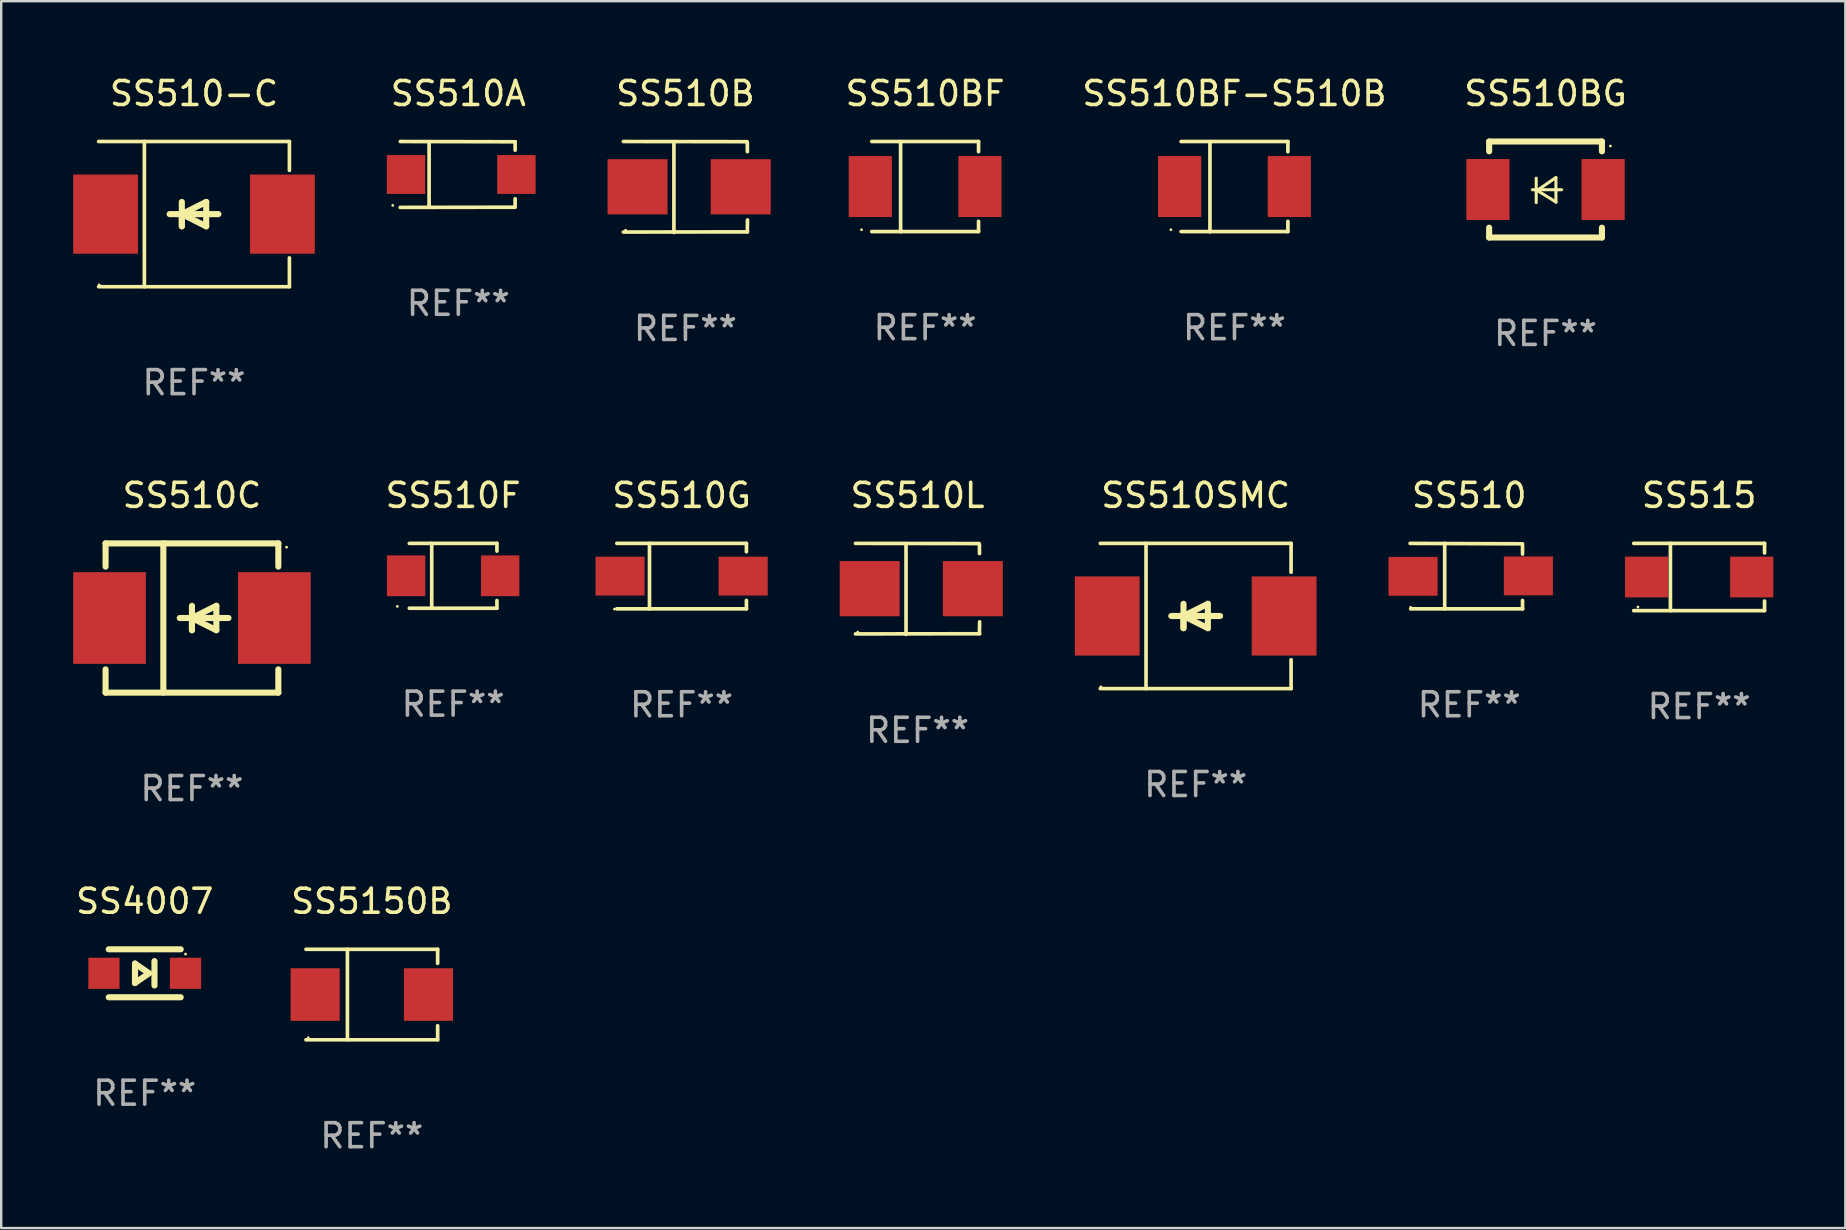
<source format=kicad_pcb>
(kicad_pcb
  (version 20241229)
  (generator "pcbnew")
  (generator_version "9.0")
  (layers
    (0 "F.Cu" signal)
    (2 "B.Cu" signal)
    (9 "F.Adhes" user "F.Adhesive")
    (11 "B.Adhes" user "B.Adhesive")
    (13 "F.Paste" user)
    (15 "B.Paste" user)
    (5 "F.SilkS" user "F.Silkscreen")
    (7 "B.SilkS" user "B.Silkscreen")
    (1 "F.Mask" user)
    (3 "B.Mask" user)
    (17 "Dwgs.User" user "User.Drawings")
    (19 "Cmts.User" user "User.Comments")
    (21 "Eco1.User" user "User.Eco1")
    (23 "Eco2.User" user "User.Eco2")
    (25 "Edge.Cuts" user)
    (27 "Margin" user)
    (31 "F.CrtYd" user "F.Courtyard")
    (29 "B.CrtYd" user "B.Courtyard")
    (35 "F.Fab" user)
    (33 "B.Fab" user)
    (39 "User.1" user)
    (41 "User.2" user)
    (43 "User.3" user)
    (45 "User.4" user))
  (footprint "SS510C"
    (layer "F.Cu")
    (at 4.95 22.707)
    (property "Reference" "SS510C" (at 0 -5.11 0) (layer "F.SilkS") (effects (font (size 1 1) (thickness 0.15))))
    (attr through_hole)
    (fp_line (start -3.6 -3.11) (end -3.6 -2.141) (stroke (width 0.254) (type solid)) (layer "F.SilkS"))
    (fp_line (start -3.6 -3.11) (end 3.6 -3.11) (stroke (width 0.254) (type solid)) (layer "F.SilkS"))
    (fp_line (start -3.6 2.141) (end -3.6 3.11) (stroke (width 0.254) (type solid)) (layer "F.SilkS"))
    (fp_line (start -3.6 3.11) (end 3.6 3.11) (stroke (width 0.254) (type solid)) (layer "F.SilkS"))
    (fp_line (start -1.192 -3.11) (end -1.192 3.11) (stroke (width 0.254) (type solid)) (layer "F.SilkS"))
    (fp_line (start 0 0) (end 0 0.508) (stroke (width 0.254) (type solid)) (layer "F.SilkS"))
    (fp_line (start 0 0) (end 1.016 0.508) (stroke (width 0.254) (type solid)) (layer "F.SilkS"))
    (fp_line (start 0 0.508) (end 0 -0.508) (stroke (width 0.254) (type solid)) (layer "F.SilkS"))
    (fp_line (start 1.016 -0.508) (end 0 0) (stroke (width 0.254) (type solid)) (layer "F.SilkS"))
    (fp_line (start 1.016 0.508) (end 1.016 -0.508) (stroke (width 0.254) (type solid)) (layer "F.SilkS"))
    (fp_line (start 1.524 0) (end -0.508 0) (stroke (width 0.254) (type solid)) (layer "F.SilkS"))
    (fp_line (start 3.6 -3.11) (end 3.6 -2.141) (stroke (width 0.254) (type solid)) (layer "F.SilkS"))
    (fp_line (start 3.6 2.141) (end 3.6 3.11) (stroke (width 0.254) (type solid)) (layer "F.SilkS"))
    (fp_circle (center 3.943 -2.952) (end 3.973 -2.952) (stroke (width 0.06) (type solid)) (fill no) (layer "F.SilkS"))
    (fp_text user "REF**" (at 0 7.11 0) (layer "F.Fab") (effects (font (size 1 1) (thickness 0.15))))
    (pad "1" smd rect (at 3.435 0 180) (size 3.03 3.82) (layers "F.Cu" "F.Mask" "F.Paste"))
    (pad "2" smd rect (at -3.435 0 180) (size 3.03 3.82) (layers "F.Cu" "F.Mask" "F.Paste")))
  (footprint "SS4007"
    (layer "F.Cu")
    (at 2.982 37.514)
    (property "Reference" "SS4007" (at 0 -3 0) (layer "F.SilkS") (effects (font (size 1 1) (thickness 0.15))))
    (attr through_hole)
    (fp_line (start -1.5 -1) (end 1.5 -1) (stroke (width 0.254) (type solid)) (layer "F.SilkS"))
    (fp_line (start -0.406 -0.406) (end 0.178 0) (stroke (width 0.254) (type solid)) (layer "F.SilkS"))
    (fp_line (start -0.406 0.406) (end -0.406 -0.406) (stroke (width 0.254) (type solid)) (layer "F.SilkS"))
    (fp_line (start 0.178 0) (end -0.406 0.406) (stroke (width 0.254) (type solid)) (layer "F.SilkS"))
    (fp_line (start 0.406 0.508) (end 0.406 -0.508) (stroke (width 0.254) (type solid)) (layer "F.SilkS"))
    (fp_line (start 1.5 1) (end -1.5 1) (stroke (width 0.254) (type solid)) (layer "F.SilkS"))
    (fp_circle (center 1.7 -0.8) (end 1.73 -0.8) (stroke (width 0.06) (type solid)) (fill no) (layer "F.SilkS"))
    (fp_text user "REF**" (at 0 5 0) (layer "F.Fab") (effects (font (size 1 1) (thickness 0.15))))
    (pad "1" smd rect (at 1.7 0 180) (size 1.3 1.3) (layers "F.Cu" "F.Mask" "F.Paste"))
    (pad "2" smd rect (at -1.7 0 180) (size 1.3 1.3) (layers "F.Cu" "F.Mask" "F.Paste")))
  (footprint "SS5150B"
    (layer "F.Cu")
    (at 12.446 38.4)
    (property "Reference" "SS5150B" (at 0 -3.886 0) (layer "F.SilkS") (effects (font (size 1 1) (thickness 0.15))))
    (attr through_hole)
    (fp_line (start -2.744 -1.886) (end 2.744 -1.886) (stroke (width 0.152) (type solid)) (layer "F.SilkS"))
    (fp_line (start -2.744 1.886) (end 2.744 1.886) (stroke (width 0.152) (type solid)) (layer "F.SilkS"))
    (fp_line (start -1.016 -1.886) (end -1.016 1.886) (stroke (width 0.152) (type solid)) (layer "F.SilkS"))
    (fp_line (start 2.744 -1.886) (end 2.744 -1.299) (stroke (width 0.152) (type solid)) (layer "F.SilkS"))
    (fp_line (start 2.744 1.886) (end 2.744 1.299) (stroke (width 0.152) (type solid)) (layer "F.SilkS"))
    (fp_circle (center -2.65 1.8) (end -2.62 1.8) (stroke (width 0.06) (type solid)) (fill no) (layer "F.SilkS"))
    (fp_text user "REF**" (at 0 5.886 0) (layer "F.Fab") (effects (font (size 1 1) (thickness 0.15))))
    (pad "1" smd rect (at -2.361 0) (size 2.047 2.192) (layers "F.Cu" "F.Mask" "F.Paste"))
    (pad "2" smd rect (at 2.361 0) (size 2.047 2.192) (layers "F.Cu" "F.Mask" "F.Paste")))
  (footprint "SS510F"
    (layer "F.Cu")
    (at 15.835 20.948)
    (property "Reference" "SS510F" (at 0 -3.351 0) (layer "F.SilkS") (effects (font (size 1 1) (thickness 0.15))))
    (attr through_hole)
    (fp_line (start -1.826 -1.351) (end 1.826 -1.351) (stroke (width 0.152) (type solid)) (layer "F.SilkS"))
    (fp_line (start -1.826 1.351) (end 1.826 1.351) (stroke (width 0.152) (type solid)) (layer "F.SilkS"))
    (fp_line (start -0.892 -1.351) (end -0.892 1.351) (stroke (width 0.152) (type solid)) (layer "F.SilkS"))
    (fp_line (start 1.826 -1.351) (end 1.826 -1.03) (stroke (width 0.152) (type solid)) (layer "F.SilkS"))
    (fp_line (start 1.826 1.03) (end 1.826 1.351) (stroke (width 0.152) (type solid)) (layer "F.SilkS"))
    (fp_circle (center -2.325 1.275) (end -2.295 1.275) (stroke (width 0.06) (type solid)) (fill no) (layer "F.SilkS"))
    (fp_text user "REF**" (at 0 5.351 0) (layer "F.Fab") (effects (font (size 1 1) (thickness 0.15))))
    (pad "1" smd rect (at -1.96 0 180) (size 1.6 1.7) (layers "F.Cu" "F.Mask" "F.Paste"))
    (pad "2" smd rect (at 1.96 0 180) (size 1.6 1.7) (layers "F.Cu" "F.Mask" "F.Paste")))
  (footprint "SS510B"
    (layer "F.Cu")
    (at 25.517 4.744)
    (property "Reference" "SS510B" (at 0 -3.896 0) (layer "F.SilkS") (effects (font (size 1 1) (thickness 0.15))))
    (attr through_hole)
    (fp_line (start -2.588 -1.896) (end 2.568 -1.889) (stroke (width 0.152) (type solid)) (layer "F.SilkS"))
    (fp_line (start -2.588 1.877) (end 2.588 1.87) (stroke (width 0.152) (type solid)) (layer "F.SilkS"))
    (fp_line (start -0.48 1.896) (end -0.48 -1.871) (stroke (width 0.152) (type solid)) (layer "F.SilkS"))
    (fp_line (start 2.579 -1.849) (end 2.582 -1.472) (stroke (width 0.152) (type solid)) (layer "F.SilkS"))
    (fp_line (start 2.579 1.867) (end 2.587 1.372) (stroke (width 0.152) (type solid)) (layer "F.SilkS"))
    (fp_circle (center -2.492 1.801) (end -2.462 1.801) (stroke (width 0.06) (type solid)) (fill no) (layer "F.SilkS"))
    (fp_text user "REF**" (at 0 5.896 0) (layer "F.Fab") (effects (font (size 1 1) (thickness 0.15))))
    (pad "1" smd rect (at -1.995 -0.009) (size 2.5 2.3) (layers "F.Cu" "F.Mask" "F.Paste"))
    (pad "2" smd rect (at 2.305 -0.009) (size 2.5 2.3) (layers "F.Cu" "F.Mask" "F.Paste")))
  (footprint "SS510G"
    (layer "F.Cu")
    (at 25.358 20.961)
    (property "Reference" "SS510G" (at 0 -3.364 0) (layer "F.SilkS") (effects (font (size 1 1) (thickness 0.15))))
    (attr through_hole)
    (fp_line (start -2.701 -1.364) (end 2.701 -1.364) (stroke (width 0.152) (type solid)) (layer "F.SilkS"))
    (fp_line (start -2.701 1.364) (end 2.701 1.364) (stroke (width 0.152) (type solid)) (layer "F.SilkS"))
    (fp_line (start -1.339 -1.364) (end -1.339 1.364) (stroke (width 0.152) (type solid)) (layer "F.SilkS"))
    (fp_line (start 2.701 -1.364) (end 2.701 -1.013) (stroke (width 0.152) (type solid)) (layer "F.SilkS"))
    (fp_line (start 2.701 1.364) (end 2.701 1.013) (stroke (width 0.152) (type solid)) (layer "F.SilkS"))
    (fp_circle (center -2.8 1.375) (end -2.77 1.375) (stroke (width 0.06) (type solid)) (fill no) (layer "F.SilkS"))
    (fp_text user "REF**" (at 0 5.364 0) (layer "F.Fab") (effects (font (size 1 1) (thickness 0.15))))
    (pad "1" smd rect (at -2.565 -0.000025) (size 2.046 1.62) (layers "F.Cu" "F.Mask" "F.Paste"))
    (pad "2" smd rect (at 2.565 -0.000025) (size 2.046 1.62) (layers "F.Cu" "F.Mask" "F.Paste")))
  (footprint "SS515"
    (layer "F.Cu")
    (at 67.766 20.998)
    (property "Reference" "SS515" (at 0 -3.401 0) (layer "F.SilkS") (effects (font (size 1 1) (thickness 0.15))))
    (attr through_hole)
    (fp_line (start -2.726 -1.401) (end 2.726 -1.401) (stroke (width 0.152) (type solid)) (layer "F.SilkS"))
    (fp_line (start -2.726 1.401) (end 2.726 1.401) (stroke (width 0.152) (type solid)) (layer "F.SilkS"))
    (fp_line (start -1.197 -1.401) (end -1.197 1.401) (stroke (width 0.152) (type solid)) (layer "F.SilkS"))
    (fp_line (start 2.726 -1.401) (end 2.726 -1) (stroke (width 0.152) (type solid)) (layer "F.SilkS"))
    (fp_line (start 2.726 1.401) (end 2.726 1) (stroke (width 0.152) (type solid)) (layer "F.SilkS"))
    (fp_circle (center -2.55 1.25) (end -2.52 1.25) (stroke (width 0.06) (type solid)) (fill no) (layer "F.SilkS"))
    (fp_text user "REF**" (at 0 5.401 0) (layer "F.Fab") (effects (font (size 1 1) (thickness 0.15))))
    (pad "1" smd rect (at -2.192 0) (size 1.8 1.7) (layers "F.Cu" "F.Mask" "F.Paste"))
    (pad "2" smd rect (at 2.192 0) (size 1.8 1.7) (layers "F.Cu" "F.Mask" "F.Paste")))
  (footprint "SS510SMC"
    (layer "F.Cu")
    (at 46.783 22.623)
    (property "Reference" "SS510SMC" (at 0 -5.026 0) (layer "F.SilkS") (effects (font (size 1 1) (thickness 0.15))))
    (attr through_hole)
    (fp_line (start -3.976 -3.026) (end 3.976 -3.026) (stroke (width 0.152) (type solid)) (layer "F.SilkS"))
    (fp_line (start -3.976 3.026) (end 3.976 3.026) (stroke (width 0.152) (type solid)) (layer "F.SilkS"))
    (fp_line (start -2.069 -3.026) (end -2.069 3.026) (stroke (width 0.152) (type solid)) (layer "F.SilkS"))
    (fp_line (start -0.508 0) (end -0.508 0.508) (stroke (width 0.254) (type solid)) (layer "F.SilkS"))
    (fp_line (start -0.508 0) (end 0.508 0.508) (stroke (width 0.254) (type solid)) (layer "F.SilkS"))
    (fp_line (start -0.508 0.508) (end -0.508 -0.508) (stroke (width 0.254) (type solid)) (layer "F.SilkS"))
    (fp_line (start 0.508 -0.508) (end -0.508 0) (stroke (width 0.254) (type solid)) (layer "F.SilkS"))
    (fp_line (start 0.508 0.508) (end 0.508 -0.508) (stroke (width 0.254) (type solid)) (layer "F.SilkS"))
    (fp_line (start 1.016 0) (end -1.016 0) (stroke (width 0.254) (type solid)) (layer "F.SilkS"))
    (fp_line (start 3.976 -3.026) (end 3.976 -1.823) (stroke (width 0.152) (type solid)) (layer "F.SilkS"))
    (fp_line (start 3.976 3.026) (end 3.976 1.823) (stroke (width 0.152) (type solid)) (layer "F.SilkS"))
    (fp_circle (center -3.95 2.95) (end -3.92 2.95) (stroke (width 0.06) (type solid)) (fill no) (layer "F.SilkS"))
    (fp_text user "REF**" (at 0 7.026 0) (layer "F.Fab") (effects (font (size 1 1) (thickness 0.15))))
    (pad "1" smd rect (at -3.686 0) (size 2.7 3.3) (layers "F.Cu" "F.Mask" "F.Paste"))
    (pad "2" smd rect (at 3.686 0) (size 2.7 3.3) (layers "F.Cu" "F.Mask" "F.Paste")))
  (footprint "SS510BF"
    (layer "F.Cu")
    (at 35.507 4.728)
    (property "Reference" "SS510BF" (at 0 -3.88 0) (layer "F.SilkS") (effects (font (size 1 1) (thickness 0.15))))
    (attr through_hole)
    (fp_line (start -2.226 -1.88) (end 2.226 -1.88) (stroke (width 0.152) (type solid)) (layer "F.SilkS"))
    (fp_line (start -2.226 1.873) (end 2.226 1.873) (stroke (width 0.152) (type solid)) (layer "F.SilkS"))
    (fp_line (start -1.022 -1.873) (end -1.022 1.88) (stroke (width 0.152) (type solid)) (layer "F.SilkS"))
    (fp_line (start 2.226 -1.88) (end 2.226 -1.453) (stroke (width 0.152) (type solid)) (layer "F.SilkS"))
    (fp_line (start 2.226 1.447) (end 2.226 1.873) (stroke (width 0.152) (type solid)) (layer "F.SilkS"))
    (fp_circle (center -2.65 1.797) (end -2.62 1.797) (stroke (width 0.06) (type solid)) (fill no) (layer "F.SilkS"))
    (fp_text user "REF**" (at 0 5.88 0) (layer "F.Fab") (effects (font (size 1 1) (thickness 0.15))))
    (pad "1" smd rect (at -2.285 -0.003) (size 1.8 2.54) (layers "F.Cu" "F.Mask" "F.Paste"))
    (pad "2" smd rect (at 2.285 -0.003) (size 1.8 2.54) (layers "F.Cu" "F.Mask" "F.Paste")))
  (footprint "SS510-C"
    (layer "F.Cu")
    (at 5.036 5.874)
    (property "Reference" "SS510-C" (at 0 -5.026 0) (layer "F.SilkS") (effects (font (size 1 1) (thickness 0.15))))
    (attr through_hole)
    (fp_line (start -3.976 -3.026) (end 3.976 -3.026) (stroke (width 0.152) (type solid)) (layer "F.SilkS"))
    (fp_line (start -3.976 3.026) (end 3.976 3.026) (stroke (width 0.152) (type solid)) (layer "F.SilkS"))
    (fp_line (start -2.069 -3.026) (end -2.069 3.026) (stroke (width 0.152) (type solid)) (layer "F.SilkS"))
    (fp_line (start -0.508 0) (end -0.508 0.508) (stroke (width 0.254) (type solid)) (layer "F.SilkS"))
    (fp_line (start -0.508 0) (end 0.508 0.508) (stroke (width 0.254) (type solid)) (layer "F.SilkS"))
    (fp_line (start -0.508 0.508) (end -0.508 -0.508) (stroke (width 0.254) (type solid)) (layer "F.SilkS"))
    (fp_line (start 0.508 -0.508) (end -0.508 0) (stroke (width 0.254) (type solid)) (layer "F.SilkS"))
    (fp_line (start 0.508 0.508) (end 0.508 -0.508) (stroke (width 0.254) (type solid)) (layer "F.SilkS"))
    (fp_line (start 1.016 0) (end -1.016 0) (stroke (width 0.254) (type solid)) (layer "F.SilkS"))
    (fp_line (start 3.976 -3.026) (end 3.976 -1.823) (stroke (width 0.152) (type solid)) (layer "F.SilkS"))
    (fp_line (start 3.976 3.026) (end 3.976 1.823) (stroke (width 0.152) (type solid)) (layer "F.SilkS"))
    (fp_circle (center -3.95 2.95) (end -3.92 2.95) (stroke (width 0.06) (type solid)) (fill no) (layer "F.SilkS"))
    (fp_text user "REF**" (at 0 7.026 0) (layer "F.Fab") (effects (font (size 1 1) (thickness 0.15))))
    (pad "1" smd rect (at -3.686 0) (size 2.7 3.3) (layers "F.Cu" "F.Mask" "F.Paste"))
    (pad "2" smd rect (at 3.686 0) (size 2.7 3.3) (layers "F.Cu" "F.Mask" "F.Paste")))
  (footprint "SS510A"
    (layer "F.Cu")
    (at 16.051 4.221)
    (property "Reference" "SS510A" (at 0 -3.373 0) (layer "F.SilkS") (effects (font (size 1 1) (thickness 0.15))))
    (attr through_hole)
    (fp_line (start -2.422 1.373) (end 2.357 1.365) (stroke (width 0.152) (type solid)) (layer "F.SilkS"))
    (fp_line (start -2.418 -1.373) (end 2.371 -1.362) (stroke (width 0.152) (type solid)) (layer "F.SilkS"))
    (fp_line (start -1.217 -1.362) (end -1.217 1.365) (stroke (width 0.152) (type solid)) (layer "F.SilkS"))
    (fp_line (start 2.368 -1.362) (end 2.368 -1.012) (stroke (width 0.152) (type solid)) (layer "F.SilkS"))
    (fp_line (start 2.368 1.365) (end 2.368 1.014) (stroke (width 0.152) (type solid)) (layer "F.SilkS"))
    (fp_circle (center -2.732 1.289) (end -2.702 1.289) (stroke (width 0.06) (type solid)) (fill no) (layer "F.SilkS"))
    (fp_text user "REF**" (at 0 5.373 0) (layer "F.Fab") (effects (font (size 1 1) (thickness 0.15))))
    (pad "1" smd rect (at -2.178 0.001 180) (size 1.6 1.62) (layers "F.Cu" "F.Mask" "F.Paste"))
    (pad "2" smd rect (at 2.422 0.001 180) (size 1.6 1.62) (layers "F.Cu" "F.Mask" "F.Paste")))
  (footprint "SS510BG"
    (layer "F.Cu")
    (at 61.364 4.848)
    (property "Reference" "SS510BG" (at 0 -4 0) (layer "F.SilkS") (effects (font (size 1 1) (thickness 0.15))))
    (attr through_hole)
    (fp_line (start -2.35 -2) (end -2.35 -1.591) (stroke (width 0.254) (type solid)) (layer "F.SilkS"))
    (fp_line (start -2.35 -2) (end 2.35 -2) (stroke (width 0.254) (type solid)) (layer "F.SilkS"))
    (fp_line (start -2.35 1.591) (end -2.35 2) (stroke (width 0.254) (type solid)) (layer "F.SilkS"))
    (fp_line (start -2.35 2) (end 2.35 2) (stroke (width 0.254) (type solid)) (layer "F.SilkS"))
    (fp_line (start -0.548 0.01) (end 0.671 0.01) (stroke (width 0.127) (type solid)) (layer "F.SilkS"))
    (fp_line (start -0.389 -0.47) (end -0.389 0.546) (stroke (width 0.127) (type solid)) (layer "F.SilkS"))
    (fp_line (start -0.35 0.04) (end 0.433 0.52) (stroke (width 0.127) (type solid)) (layer "F.SilkS"))
    (fp_line (start 0.433 -0.5) (end -0.35 0.04) (stroke (width 0.127) (type solid)) (layer "F.SilkS"))
    (fp_line (start 0.433 0.53) (end 0.433 -0.486) (stroke (width 0.127) (type solid)) (layer "F.SilkS"))
    (fp_line (start 2.35 -2) (end 2.35 -1.591) (stroke (width 0.254) (type solid)) (layer "F.SilkS"))
    (fp_line (start 2.35 1.591) (end 2.35 2) (stroke (width 0.254) (type solid)) (layer "F.SilkS"))
    (fp_circle (center 2.704 -1.813) (end 2.734 -1.813) (stroke (width 0.06) (type solid)) (fill no) (layer "F.SilkS"))
    (fp_text user "REF**" (at 0 6 0) (layer "F.Fab") (effects (font (size 1 1) (thickness 0.15))))
    (pad "1" smd rect (at 2.4 0) (size 1.8 2.54) (layers "F.Cu" "F.Mask" "F.Paste"))
    (pad "2" smd rect (at -2.4 0) (size 1.8 2.54) (layers "F.Cu" "F.Mask" "F.Paste")))
  (footprint "SS510L"
    (layer "F.Cu")
    (at 35.191 21.493)
    (property "Reference" "SS510L" (at 0 -3.896 0) (layer "F.SilkS") (effects (font (size 1 1) (thickness 0.15))))
    (attr through_hole)
    (fp_line (start -2.588 -1.896) (end 2.568 -1.889) (stroke (width 0.152) (type solid)) (layer "F.SilkS"))
    (fp_line (start -2.588 1.877) (end 2.588 1.87) (stroke (width 0.152) (type solid)) (layer "F.SilkS"))
    (fp_line (start -0.48 1.896) (end -0.48 -1.871) (stroke (width 0.152) (type solid)) (layer "F.SilkS"))
    (fp_line (start 2.579 -1.849) (end 2.582 -1.472) (stroke (width 0.152) (type solid)) (layer "F.SilkS"))
    (fp_line (start 2.579 1.867) (end 2.587 1.372) (stroke (width 0.152) (type solid)) (layer "F.SilkS"))
    (fp_circle (center -2.492 1.801) (end -2.462 1.801) (stroke (width 0.06) (type solid)) (fill no) (layer "F.SilkS"))
    (fp_text user "REF**" (at 0 5.896 0) (layer "F.Fab") (effects (font (size 1 1) (thickness 0.15))))
    (pad "1" smd rect (at -1.995 -0.009) (size 2.5 2.3) (layers "F.Cu" "F.Mask" "F.Paste"))
    (pad "2" smd rect (at 2.305 -0.009) (size 2.5 2.3) (layers "F.Cu" "F.Mask" "F.Paste")))
  (footprint "SS510BF-S510B"
    (layer "F.Cu")
    (at 48.4 4.728)
    (property "Reference" "SS510BF-S510B" (at 0 -3.88 0) (layer "F.SilkS") (effects (font (size 1 1) (thickness 0.15))))
    (attr through_hole)
    (fp_line (start -2.226 -1.88) (end 2.226 -1.88) (stroke (width 0.152) (type solid)) (layer "F.SilkS"))
    (fp_line (start -2.226 1.873) (end 2.226 1.873) (stroke (width 0.152) (type solid)) (layer "F.SilkS"))
    (fp_line (start -1.022 -1.873) (end -1.022 1.88) (stroke (width 0.152) (type solid)) (layer "F.SilkS"))
    (fp_line (start 2.226 -1.88) (end 2.226 -1.453) (stroke (width 0.152) (type solid)) (layer "F.SilkS"))
    (fp_line (start 2.226 1.447) (end 2.226 1.873) (stroke (width 0.152) (type solid)) (layer "F.SilkS"))
    (fp_circle (center -2.65 1.797) (end -2.62 1.797) (stroke (width 0.06) (type solid)) (fill no) (layer "F.SilkS"))
    (fp_text user "REF**" (at 0 5.88 0) (layer "F.Fab") (effects (font (size 1 1) (thickness 0.15))))
    (pad "1" smd rect (at -2.285 -0.003) (size 1.8 2.54) (layers "F.Cu" "F.Mask" "F.Paste"))
    (pad "2" smd rect (at 2.285 -0.003) (size 1.8 2.54) (layers "F.Cu" "F.Mask" "F.Paste")))
  (footprint "SS510"
    (layer "F.Cu")
    (at 58.185 20.961)
    (property "Reference" "SS510" (at 0 -3.364 0) (layer "F.SilkS") (effects (font (size 1 1) (thickness 0.15))))
    (attr through_hole)
    (fp_line (start -2.465 -1.364) (end 2.22 -1.346) (stroke (width 0.152) (type solid)) (layer "F.SilkS"))
    (fp_line (start -2.442 1.364) (end 2.226 1.364) (stroke (width 0.152) (type solid)) (layer "F.SilkS"))
    (fp_line (start -1.024 -1.364) (end -1.024 1.364) (stroke (width 0.152) (type solid)) (layer "F.SilkS"))
    (fp_line (start 2.22 -1.27) (end 2.22 -0.919) (stroke (width 0.152) (type solid)) (layer "F.SilkS"))
    (fp_line (start 2.22 1.364) (end 2.22 1.013) (stroke (width 0.152) (type solid)) (layer "F.SilkS"))
    (fp_circle (center -2.439 1.3) (end -2.409 1.3) (stroke (width 0.06) (type solid)) (fill no) (layer "F.SilkS"))
    (fp_text user "REF**" (at 0 5.364 0) (layer "F.Fab") (effects (font (size 1 1) (thickness 0.15))))
    (pad "1" smd rect (at -2.343 0.009) (size 2.046 1.62) (layers "F.Cu" "F.Mask" "F.Paste"))
    (pad "2" smd rect (at 2.465 -0.009 180) (size 2.046 1.62) (layers "F.Cu" "F.Mask" "F.Paste")))
  (gr_rect
    (start -3 -3)
    (end 73.859 48.134)
    (stroke (width 0.1) (type default))
    (fill no)
    (layer "Edge.Cuts")))
</source>
